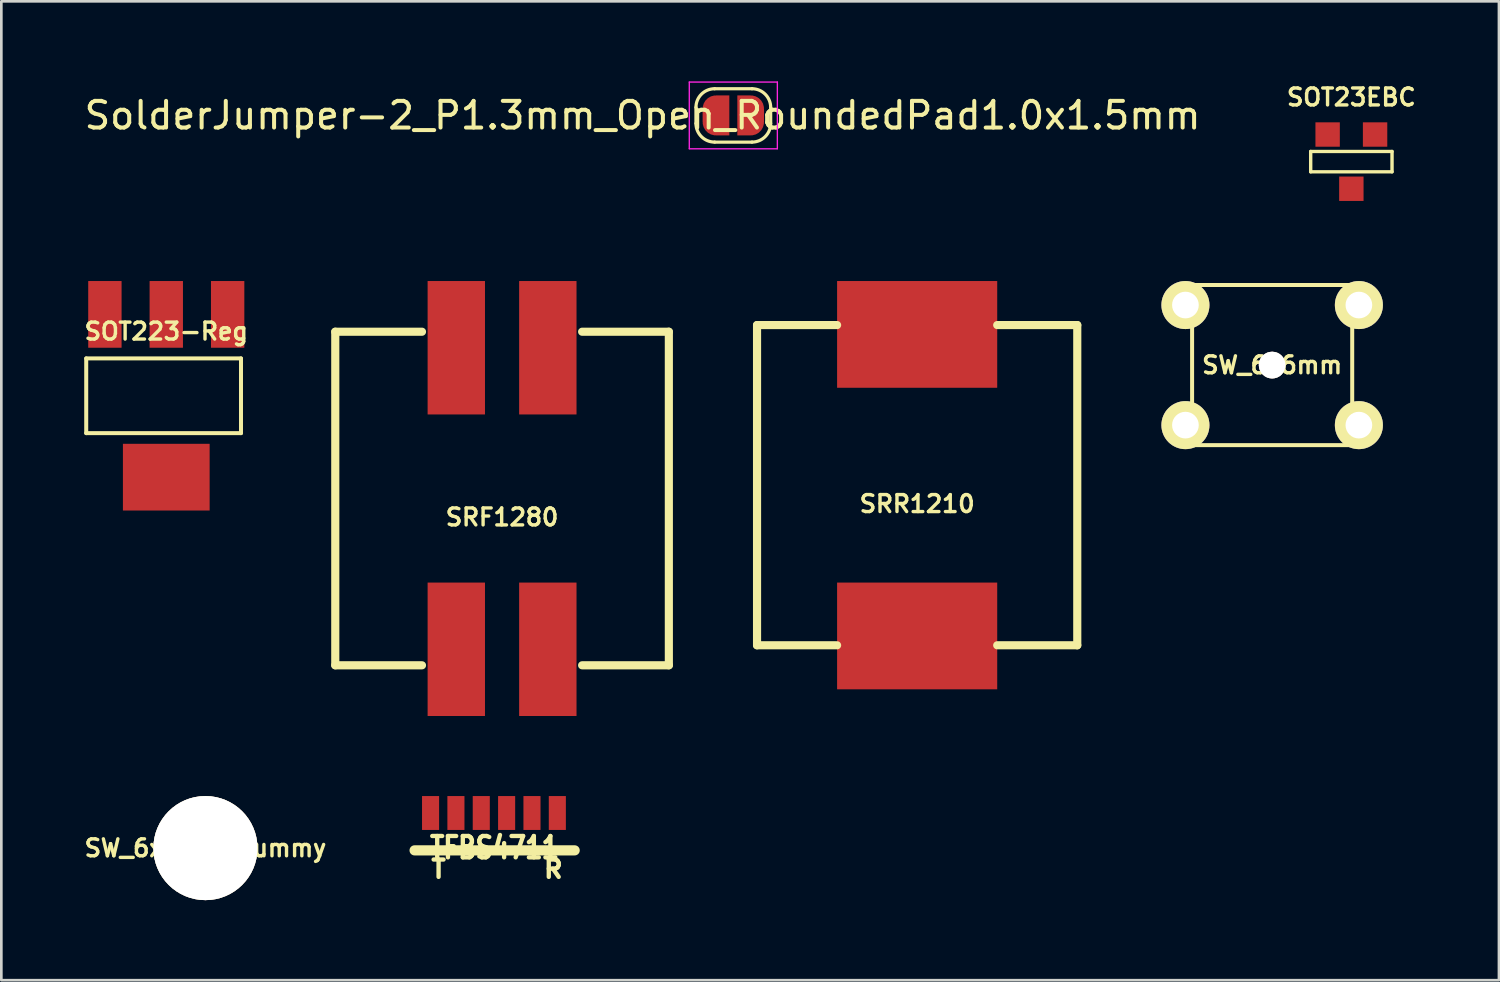
<source format=kicad_pcb>
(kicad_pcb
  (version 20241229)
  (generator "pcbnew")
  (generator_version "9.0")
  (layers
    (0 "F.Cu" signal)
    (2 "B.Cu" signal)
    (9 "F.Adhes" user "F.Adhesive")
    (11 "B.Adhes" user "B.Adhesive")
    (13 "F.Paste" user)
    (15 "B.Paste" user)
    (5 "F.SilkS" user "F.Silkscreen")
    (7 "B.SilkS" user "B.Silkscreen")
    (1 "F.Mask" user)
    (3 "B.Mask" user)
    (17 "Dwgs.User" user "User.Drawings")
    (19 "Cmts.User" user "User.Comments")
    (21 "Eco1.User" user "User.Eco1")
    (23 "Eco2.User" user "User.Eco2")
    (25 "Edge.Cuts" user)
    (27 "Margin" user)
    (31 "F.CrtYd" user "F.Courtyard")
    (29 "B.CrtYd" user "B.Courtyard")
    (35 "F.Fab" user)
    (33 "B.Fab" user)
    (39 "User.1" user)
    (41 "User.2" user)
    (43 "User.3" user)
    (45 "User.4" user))
  (footprint "SW_6x6mm"
    (layer "F.Cu")
    (at 44.622 10.631)
    (property "Reference" "SW_6x6mm" (at 0 0 0) (layer "F.SilkS") (effects (font (size 0.635 0.635) (thickness 0.127))))
    (attr through_hole)
    (fp_line (start -3 -3) (end -3 3) (stroke (width 0.15) (type solid)) (layer "F.SilkS"))
    (fp_line (start -3 -3) (end 3 -3) (stroke (width 0.15) (type solid)) (layer "F.SilkS"))
    (fp_line (start -3 3) (end 3 3) (stroke (width 0.15) (type solid)) (layer "F.SilkS"))
    (fp_line (start 3 -3) (end 3 3) (stroke (width 0.15) (type solid)) (layer "F.SilkS"))
    (pad "" thru_hole circle (at 0 0) (size 1 1) (drill 1) (layers "*.Cu" "*.Mask" "F.SilkS"))
    (pad "1" thru_hole circle (at -3.25 -2.25) (size 1.8 1.8) (drill 1) (layers "*.Cu" "*.Mask" "F.SilkS"))
    (pad "1" thru_hole circle (at 3.25 -2.25) (size 1.8 1.8) (drill 1) (layers "*.Cu" "*.Mask" "F.SilkS"))
    (pad "2" thru_hole circle (at -3.25 2.25) (size 1.8 1.8) (drill 1) (layers "*.Cu" "*.Mask" "F.SilkS"))
    (pad "2" thru_hole circle (at 3.25 2.25) (size 1.8 1.8) (drill 1) (layers "*.Cu" "*.Mask" "F.SilkS")))
  (footprint "SW_6x6mm_dummy"
    (layer "F.Cu")
    (at 4.648 28.731)
    (property "Reference" "SW_6x6mm_dummy" (at 0 0 0) (layer "F.SilkS") (effects (font (size 0.635 0.635) (thickness 0.127))))
    (attr through_hole)
    (pad "" thru_hole circle (at 0 0) (size 3.9 3.9) (drill 3.9) (layers "*.Cu" "*.Mask" "F.SilkS")))
  (footprint "TFBS4711"
    (layer "F.Cu")
    (at 13.085 27.416)
    (property "Reference" "TFBS4711" (at 2.4 1.3 0) (layer "F.SilkS") (effects (font (size 0.8 0.65) (thickness 0.163))))
    (attr through_hole)
    (fp_line (start 5.4 1.4) (end -0.599 1.4) (stroke (width 0.381) (type solid)) (layer "F.SilkS"))
    (fp_text user "T" (at 0.3 2.101 0) (layer "F.SilkS") (effects (font (size 0.65 0.65) (thickness 0.163))))
    (fp_text user "R" (at 4.6 2.101 0) (layer "F.SilkS") (effects (font (size 0.65 0.65) (thickness 0.163))))
    (pad "1" smd rect (at 0 0) (size 0.64 1.27) (layers "F.Cu" "F.Mask" "F.Paste"))
    (pad "2" smd rect (at 0.95 0) (size 0.64 1.27) (layers "F.Cu" "F.Mask" "F.Paste"))
    (pad "3" smd rect (at 1.9 0) (size 0.64 1.27) (layers "F.Cu" "F.Mask" "F.Paste"))
    (pad "4" smd rect (at 2.85 0) (size 0.64 1.27) (layers "F.Cu" "F.Mask" "F.Paste"))
    (pad "5" smd rect (at 3.8 0) (size 0.64 1.27) (layers "F.Cu" "F.Mask" "F.Paste"))
    (pad "6" smd rect (at 4.75 0) (size 0.64 1.27) (layers "F.Cu" "F.Mask" "F.Paste")))
  (footprint "SOT223-Reg"
    (layer "F.Cu")
    (at 3.181 11.781)
    (property "Reference" "SOT223-Reg" (at 0 -2.413 0) (layer "F.SilkS") (effects (font (size 0.635 0.635) (thickness 0.127))))
    (attr smd)
    (fp_line (start -3 -1.4) (end 2.8 -1.4) (stroke (width 0.15) (type solid)) (layer "F.SilkS"))
    (fp_line (start -3 1.4) (end -3 -1.4) (stroke (width 0.15) (type solid)) (layer "F.SilkS"))
    (fp_line (start 2.8 -1.4) (end 2.8 1.4) (stroke (width 0.15) (type solid)) (layer "F.SilkS"))
    (fp_line (start 2.8 1.4) (end -3 1.4) (stroke (width 0.15) (type solid)) (layer "F.SilkS"))
    (pad "GND" smd rect (at 0 -3.05) (size 1.25 2.5) (layers "F.Cu" "F.Mask" "F.Paste"))
    (pad "GND" smd rect (at 0 3.05) (size 3.25 2.5) (layers "F.Cu" "F.Mask" "F.Paste"))
    (pad "VI" smd rect (at -2.3 -3.05) (size 1.25 2.5) (layers "F.Cu" "F.Mask" "F.Paste"))
    (pad "VO" smd rect (at 2.3 -3.05) (size 1.25 2.5) (layers "F.Cu" "F.Mask" "F.Paste")))
  (footprint "SolderJumper-2_P1.3mm_Open_RoundedPad1.0x1.5mm"
    (layer "F.Cu")
    (at 24.43 1.275)
    (property "Reference" "SolderJumper-2_P1.3mm_Open_RoundedPad1.0x1.5mm" (at -3.4 0 0) (layer "F.SilkS") (effects (font (size 1 1) (thickness 0.15))))
    (attr exclude_from_pos_files exclude_from_bom)
    (fp_line (start -1.4 0.3) (end -1.4 -0.3) (stroke (width 0.12) (type solid)) (layer "F.SilkS"))
    (fp_line (start -0.7 -1) (end 0.7 -1) (stroke (width 0.12) (type solid)) (layer "F.SilkS"))
    (fp_line (start 0.7 1) (end -0.7 1) (stroke (width 0.12) (type solid)) (layer "F.SilkS"))
    (fp_line (start 1.4 -0.3) (end 1.4 0.3) (stroke (width 0.12) (type solid)) (layer "F.SilkS"))
    (fp_arc (start -1.4 -0.3) (mid -1.194975 -0.794975) (end -0.7 -1) (stroke (width 0.12) (type solid)) (layer "F.SilkS"))
    (fp_arc (start -0.7 1) (mid -1.194975 0.794975) (end -1.4 0.3) (stroke (width 0.12) (type solid)) (layer "F.SilkS"))
    (fp_arc (start 0.7 -1) (mid 1.194975 -0.794975) (end 1.4 -0.3) (stroke (width 0.12) (type solid)) (layer "F.SilkS"))
    (fp_arc (start 1.4 0.3) (mid 1.194975 0.794975) (end 0.7 1) (stroke (width 0.12) (type solid)) (layer "F.SilkS"))
    (fp_line (start -1.65 -1.25) (end -1.65 1.25) (stroke (width 0.05) (type solid)) (layer "F.CrtYd"))
    (fp_line (start -1.65 -1.25) (end 1.65 -1.25) (stroke (width 0.05) (type solid)) (layer "F.CrtYd"))
    (fp_line (start 1.65 1.25) (end -1.65 1.25) (stroke (width 0.05) (type solid)) (layer "F.CrtYd"))
    (fp_line (start 1.65 1.25) (end 1.65 -1.25) (stroke (width 0.05) (type solid)) (layer "F.CrtYd"))
    (pad "1" smd custom (at -0.65 0) (size 1 0.5) (layers "F.Cu" "F.Mask") (options (anchor rect)) (primitives (gr_circle (center 0 0.25) (end 0.5 0.25) (width 0) (fill yes)) (gr_circle (center 0 -0.25) (end 0.5 -0.25) (width 0) (fill yes)) (gr_poly (pts (xy 0 -0.75) (xy 0.5 -0.75) (xy 0.5 0.75) (xy 0 0.75)) (width 0) (fill yes))))
    (pad "2" smd custom (at 0.65 0) (size 1 0.5) (layers "F.Cu" "F.Mask") (options (anchor rect)) (primitives (gr_circle (center 0 0.25) (end 0.5 0.25) (width 0) (fill yes)) (gr_circle (center 0 -0.25) (end 0.5 -0.25) (width 0) (fill yes)) (gr_poly (pts (xy 0 -0.75) (xy -0.5 -0.75) (xy -0.5 0.75) (xy 0 0.75)) (width 0) (fill yes)))))
  (footprint "SOT23EBC"
    (layer "F.Cu")
    (at 47.59 3.007)
    (property "Reference" "SOT23EBC" (at 0 -2.413 0) (layer "F.SilkS") (effects (font (size 0.635 0.635) (thickness 0.127))))
    (attr smd)
    (fp_line (start -1.524 -0.381) (end 1.524 -0.381) (stroke (width 0.127) (type solid)) (layer "F.SilkS"))
    (fp_line (start -1.524 0.381) (end -1.524 -0.381) (stroke (width 0.127) (type solid)) (layer "F.SilkS"))
    (fp_line (start 1.524 -0.381) (end 1.524 0.381) (stroke (width 0.127) (type solid)) (layer "F.SilkS"))
    (fp_line (start 1.524 0.381) (end -1.524 0.381) (stroke (width 0.127) (type solid)) (layer "F.SilkS"))
    (pad "1" smd rect (at -0.889 -1.016) (size 0.914 0.914) (layers "F.Cu" "F.Mask" "F.Paste"))
    (pad "2" smd rect (at 0.889 -1.016) (size 0.914 0.914) (layers "F.Cu" "F.Mask" "F.Paste"))
    (pad "3" smd rect (at 0 1.016) (size 0.914 0.914) (layers "F.Cu" "F.Mask" "F.Paste")))
  (footprint "SRF1280"
    (layer "F.Cu")
    (at 15.764 15.631)
    (property "Reference" "SRF1280" (at 0 0.701 0) (layer "F.SilkS") (effects (font (size 0.635 0.635) (thickness 0.127))))
    (attr through_hole)
    (fp_line (start -6.25 -6.25) (end -3 -6.25) (stroke (width 0.305) (type solid)) (layer "F.SilkS"))
    (fp_line (start -6.25 6.25) (end -6.25 -6.25) (stroke (width 0.305) (type solid)) (layer "F.SilkS"))
    (fp_line (start -6.25 6.25) (end -3 6.25) (stroke (width 0.305) (type solid)) (layer "F.SilkS"))
    (fp_line (start 6.25 -6.25) (end 3 -6.25) (stroke (width 0.305) (type solid)) (layer "F.SilkS"))
    (fp_line (start 6.25 6.25) (end 3 6.25) (stroke (width 0.305) (type solid)) (layer "F.SilkS"))
    (fp_line (start 6.25 6.25) (end 6.25 -6.25) (stroke (width 0.305) (type solid)) (layer "F.SilkS"))
    (pad "1" smd rect (at -1.715 5.65) (size 2.15 5) (layers "F.Cu" "F.Mask" "F.Paste"))
    (pad "2" smd rect (at 1.715 5.65) (size 2.15 5) (layers "F.Cu" "F.Mask" "F.Paste"))
    (pad "3" smd rect (at 1.715 -5.65) (size 2.15 5) (layers "F.Cu" "F.Mask" "F.Paste"))
    (pad "4" smd rect (at -1.715 -5.65) (size 2.15 5) (layers "F.Cu" "F.Mask" "F.Paste")))
  (footprint "SRR1210"
    (layer "F.Cu")
    (at 31.319 15.131)
    (property "Reference" "SRR1210" (at 0 0.701 0) (layer "F.SilkS") (effects (font (size 0.635 0.635) (thickness 0.127))))
    (attr through_hole)
    (fp_line (start -6 -6) (end -3 -6) (stroke (width 0.305) (type solid)) (layer "F.SilkS"))
    (fp_line (start -6 6) (end -6 -6) (stroke (width 0.305) (type solid)) (layer "F.SilkS"))
    (fp_line (start -6 6) (end -3 6) (stroke (width 0.305) (type solid)) (layer "F.SilkS"))
    (fp_line (start 6 -6) (end 3 -6) (stroke (width 0.305) (type solid)) (layer "F.SilkS"))
    (fp_line (start 6 6) (end 3 6) (stroke (width 0.305) (type solid)) (layer "F.SilkS"))
    (fp_line (start 6 6) (end 6 -6) (stroke (width 0.305) (type solid)) (layer "F.SilkS"))
    (pad "1" smd rect (at 0 5.65) (size 6 4) (layers "F.Cu" "F.Mask" "F.Paste"))
    (pad "2" smd rect (at 0 -5.65) (size 6 4) (layers "F.Cu" "F.Mask" "F.Paste")))
  (gr_rect
    (start -3 -3)
    (end 53.121 33.681)
    (stroke (width 0.1) (type default))
    (fill no)
    (layer "Edge.Cuts")))
</source>
